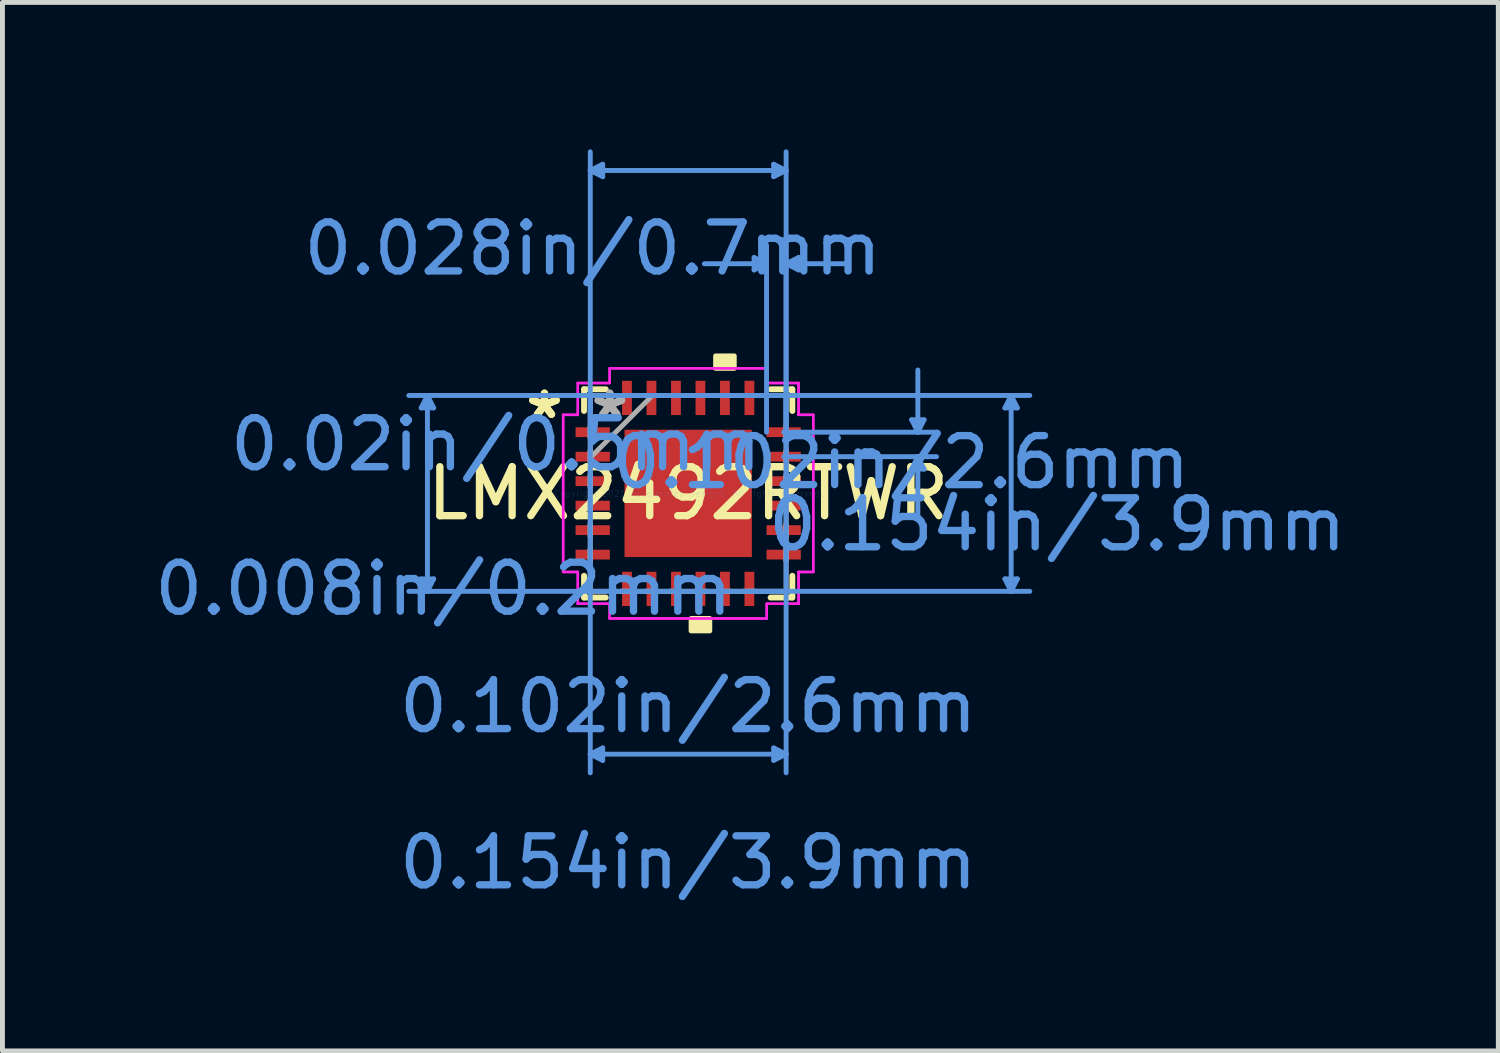
<source format=kicad_pcb>
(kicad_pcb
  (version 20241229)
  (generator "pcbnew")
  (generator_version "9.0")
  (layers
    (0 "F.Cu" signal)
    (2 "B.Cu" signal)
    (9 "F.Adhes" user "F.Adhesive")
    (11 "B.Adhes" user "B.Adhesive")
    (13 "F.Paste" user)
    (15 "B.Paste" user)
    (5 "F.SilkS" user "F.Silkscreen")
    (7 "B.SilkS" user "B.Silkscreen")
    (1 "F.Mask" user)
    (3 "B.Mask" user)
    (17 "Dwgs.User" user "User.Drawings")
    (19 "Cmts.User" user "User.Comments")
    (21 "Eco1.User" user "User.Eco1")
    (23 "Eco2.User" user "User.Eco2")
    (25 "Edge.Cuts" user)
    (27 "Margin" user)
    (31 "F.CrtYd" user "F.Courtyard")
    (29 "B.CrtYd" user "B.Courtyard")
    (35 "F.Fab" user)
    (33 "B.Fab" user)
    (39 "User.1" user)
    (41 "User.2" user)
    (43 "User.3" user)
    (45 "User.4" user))
  (footprint "LMX2492RTWR"
    (layer "F.Cu")
    (at 11.004 7.026)
    (property "Reference" "LMX2492RTWR" (at 0 0 0) (layer "F.SilkS") (effects (font (size 1 1) (thickness 0.15))))
    (attr through_hole)
    (fp_line (start -2.127 -2.127) (end -2.127 -1.683) (stroke (width 0.12) (type solid)) (layer "F.SilkS"))
    (fp_line (start -2.127 1.683) (end -2.127 2.127) (stroke (width 0.12) (type solid)) (layer "F.SilkS"))
    (fp_line (start -2.127 2.127) (end -1.683 2.127) (stroke (width 0.12) (type solid)) (layer "F.SilkS"))
    (fp_line (start -1.683 -2.127) (end -2.127 -2.127) (stroke (width 0.12) (type solid)) (layer "F.SilkS"))
    (fp_line (start 1.683 2.127) (end 2.127 2.127) (stroke (width 0.12) (type solid)) (layer "F.SilkS"))
    (fp_line (start 2.127 -2.127) (end 1.683 -2.127) (stroke (width 0.12) (type solid)) (layer "F.SilkS"))
    (fp_line (start 2.127 -1.683) (end 2.127 -2.127) (stroke (width 0.12) (type solid)) (layer "F.SilkS"))
    (fp_line (start 2.127 2.127) (end 2.127 1.683) (stroke (width 0.12) (type solid)) (layer "F.SilkS"))
    (fp_poly (pts (xy 0.059 2.554) (xy 0.059 2.808) (xy 0.441 2.808) (xy 0.441 2.554)) (stroke (width 0.1) (type solid)) (fill yes) (layer "F.SilkS"))
    (fp_poly (pts (xy 0.56 -2.554) (xy 0.56 -2.808) (xy 0.941 -2.808) (xy 0.941 -2.554)) (stroke (width 0.1) (type solid)) (fill yes) (layer "F.SilkS"))
    (fp_poly (pts (xy -1.2 -1.2) (xy -1.2 -0.1) (xy -0.1 -0.1) (xy -0.1 -1.2)) (stroke (width 0.1) (type solid)) (fill yes) (layer "F.Paste"))
    (fp_poly (pts (xy -1.2 0.1) (xy -1.2 1.2) (xy -0.1 1.2) (xy -0.1 0.1)) (stroke (width 0.1) (type solid)) (fill yes) (layer "F.Paste"))
    (fp_poly (pts (xy 0.1 -1.2) (xy 0.1 -0.1) (xy 1.2 -0.1) (xy 1.2 -1.2)) (stroke (width 0.1) (type solid)) (fill yes) (layer "F.Paste"))
    (fp_poly (pts (xy 0.1 0.1) (xy 0.1 1.2) (xy 1.2 1.2) (xy 1.2 0.1)) (stroke (width 0.1) (type solid)) (fill yes) (layer "F.Paste"))
    (fp_line (start -5.452 -1.746) (end -5.198 -1.746) (stroke (width 0.1) (type solid)) (layer "Cmts.User"))
    (fp_line (start -5.452 1.746) (end -5.198 1.746) (stroke (width 0.1) (type solid)) (layer "Cmts.User"))
    (fp_line (start -5.325 -2) (end -5.452 -1.746) (stroke (width 0.1) (type solid)) (layer "Cmts.User"))
    (fp_line (start -5.325 -2) (end -5.325 2) (stroke (width 0.1) (type solid)) (layer "Cmts.User"))
    (fp_line (start -5.325 -2) (end -5.198 -1.746) (stroke (width 0.1) (type solid)) (layer "Cmts.User"))
    (fp_line (start -5.325 2) (end -5.452 1.746) (stroke (width 0.1) (type solid)) (layer "Cmts.User"))
    (fp_line (start -5.325 2) (end -5.198 1.746) (stroke (width 0.1) (type solid)) (layer "Cmts.User"))
    (fp_line (start -2 -6.595) (end -1.746 -6.722) (stroke (width 0.1) (type solid)) (layer "Cmts.User"))
    (fp_line (start -2 -6.595) (end -1.746 -6.468) (stroke (width 0.1) (type solid)) (layer "Cmts.User"))
    (fp_line (start -2 -6.595) (end 2 -6.595) (stroke (width 0.1) (type solid)) (layer "Cmts.User"))
    (fp_line (start -2 -2) (end -2 5.706) (stroke (width 0.1) (type solid)) (layer "Cmts.User"))
    (fp_line (start -2 -1.25) (end -2 -6.976) (stroke (width 0.1) (type solid)) (layer "Cmts.User"))
    (fp_line (start -2 5.325) (end -1.746 5.198) (stroke (width 0.1) (type solid)) (layer "Cmts.User"))
    (fp_line (start -2 5.325) (end -1.746 5.452) (stroke (width 0.1) (type solid)) (layer "Cmts.User"))
    (fp_line (start -2 5.325) (end 2 5.325) (stroke (width 0.1) (type solid)) (layer "Cmts.User"))
    (fp_line (start -1.746 -6.722) (end -1.746 -6.468) (stroke (width 0.1) (type solid)) (layer "Cmts.User"))
    (fp_line (start -1.746 5.198) (end -1.746 5.452) (stroke (width 0.1) (type solid)) (layer "Cmts.User"))
    (fp_line (start 1.25 -2) (end 6.976 -2) (stroke (width 0.1) (type solid)) (layer "Cmts.User"))
    (fp_line (start 1.25 2) (end 6.976 2) (stroke (width 0.1) (type solid)) (layer "Cmts.User"))
    (fp_line (start 1.346 -4.817) (end 1.346 -4.563) (stroke (width 0.1) (type solid)) (layer "Cmts.User"))
    (fp_line (start 1.6 -4.69) (end 0.33 -4.69) (stroke (width 0.1) (type solid)) (layer "Cmts.User"))
    (fp_line (start 1.6 -4.69) (end 1.346 -4.817) (stroke (width 0.1) (type solid)) (layer "Cmts.User"))
    (fp_line (start 1.6 -4.69) (end 1.346 -4.563) (stroke (width 0.1) (type solid)) (layer "Cmts.User"))
    (fp_line (start 1.6 -1.25) (end 1.6 -5.071) (stroke (width 0.1) (type solid)) (layer "Cmts.User"))
    (fp_line (start 1.746 -6.722) (end 1.746 -6.468) (stroke (width 0.1) (type solid)) (layer "Cmts.User"))
    (fp_line (start 1.746 5.198) (end 1.746 5.452) (stroke (width 0.1) (type solid)) (layer "Cmts.User"))
    (fp_line (start 1.95 -1.25) (end 5.071 -1.25) (stroke (width 0.1) (type solid)) (layer "Cmts.User"))
    (fp_line (start 1.95 -0.75) (end 5.071 -0.75) (stroke (width 0.1) (type solid)) (layer "Cmts.User"))
    (fp_line (start 2 -6.595) (end 1.746 -6.722) (stroke (width 0.1) (type solid)) (layer "Cmts.User"))
    (fp_line (start 2 -6.595) (end 1.746 -6.468) (stroke (width 0.1) (type solid)) (layer "Cmts.User"))
    (fp_line (start 2 -4.69) (end 2.254 -4.817) (stroke (width 0.1) (type solid)) (layer "Cmts.User"))
    (fp_line (start 2 -4.69) (end 2.254 -4.563) (stroke (width 0.1) (type solid)) (layer "Cmts.User"))
    (fp_line (start 2 -4.69) (end 3.27 -4.69) (stroke (width 0.1) (type solid)) (layer "Cmts.User"))
    (fp_line (start 2 -2) (end -5.706 -2) (stroke (width 0.1) (type solid)) (layer "Cmts.User"))
    (fp_line (start 2 -2) (end 2 5.706) (stroke (width 0.1) (type solid)) (layer "Cmts.User"))
    (fp_line (start 2 -1.25) (end 2 -6.976) (stroke (width 0.1) (type solid)) (layer "Cmts.User"))
    (fp_line (start 2 -1.25) (end 2 -5.071) (stroke (width 0.1) (type solid)) (layer "Cmts.User"))
    (fp_line (start 2 2) (end -5.706 2) (stroke (width 0.1) (type solid)) (layer "Cmts.User"))
    (fp_line (start 2 5.325) (end 1.746 5.198) (stroke (width 0.1) (type solid)) (layer "Cmts.User"))
    (fp_line (start 2 5.325) (end 1.746 5.452) (stroke (width 0.1) (type solid)) (layer "Cmts.User"))
    (fp_line (start 2.254 -4.817) (end 2.254 -4.563) (stroke (width 0.1) (type solid)) (layer "Cmts.User"))
    (fp_line (start 4.563 -1.504) (end 4.817 -1.504) (stroke (width 0.1) (type solid)) (layer "Cmts.User"))
    (fp_line (start 4.563 -0.496) (end 4.817 -0.496) (stroke (width 0.1) (type solid)) (layer "Cmts.User"))
    (fp_line (start 4.69 -1.25) (end 4.563 -1.504) (stroke (width 0.1) (type solid)) (layer "Cmts.User"))
    (fp_line (start 4.69 -1.25) (end 4.69 -2.52) (stroke (width 0.1) (type solid)) (layer "Cmts.User"))
    (fp_line (start 4.69 -1.25) (end 4.817 -1.504) (stroke (width 0.1) (type solid)) (layer "Cmts.User"))
    (fp_line (start 4.69 -0.75) (end 4.563 -0.496) (stroke (width 0.1) (type solid)) (layer "Cmts.User"))
    (fp_line (start 4.69 -0.75) (end 4.69 0.52) (stroke (width 0.1) (type solid)) (layer "Cmts.User"))
    (fp_line (start 4.69 -0.75) (end 4.817 -0.496) (stroke (width 0.1) (type solid)) (layer "Cmts.User"))
    (fp_line (start 6.468 -1.746) (end 6.722 -1.746) (stroke (width 0.1) (type solid)) (layer "Cmts.User"))
    (fp_line (start 6.468 1.746) (end 6.722 1.746) (stroke (width 0.1) (type solid)) (layer "Cmts.User"))
    (fp_line (start 6.595 -2) (end 6.468 -1.746) (stroke (width 0.1) (type solid)) (layer "Cmts.User"))
    (fp_line (start 6.595 -2) (end 6.595 2) (stroke (width 0.1) (type solid)) (layer "Cmts.User"))
    (fp_line (start 6.595 -2) (end 6.722 -1.746) (stroke (width 0.1) (type solid)) (layer "Cmts.User"))
    (fp_line (start 6.595 2) (end 6.468 1.746) (stroke (width 0.1) (type solid)) (layer "Cmts.User"))
    (fp_line (start 6.595 2) (end 6.722 1.746) (stroke (width 0.1) (type solid)) (layer "Cmts.User"))
    (fp_line (start -2.554 -1.604) (end -2.254 -1.604) (stroke (width 0.05) (type solid)) (layer "F.CrtYd"))
    (fp_line (start -2.554 -1.604) (end -2.254 -1.604) (stroke (width 0.05) (type solid)) (layer "F.CrtYd"))
    (fp_line (start -2.554 1.604) (end -2.554 -1.604) (stroke (width 0.05) (type solid)) (layer "F.CrtYd"))
    (fp_line (start -2.554 1.604) (end -2.554 -1.604) (stroke (width 0.05) (type solid)) (layer "F.CrtYd"))
    (fp_line (start -2.254 -2.254) (end -1.604 -2.254) (stroke (width 0.05) (type solid)) (layer "F.CrtYd"))
    (fp_line (start -2.254 -2.254) (end -1.604 -2.254) (stroke (width 0.05) (type solid)) (layer "F.CrtYd"))
    (fp_line (start -2.254 -1.604) (end -2.254 -2.254) (stroke (width 0.05) (type solid)) (layer "F.CrtYd"))
    (fp_line (start -2.254 -1.604) (end -2.254 -2.254) (stroke (width 0.05) (type solid)) (layer "F.CrtYd"))
    (fp_line (start -2.254 1.604) (end -2.554 1.604) (stroke (width 0.05) (type solid)) (layer "F.CrtYd"))
    (fp_line (start -2.254 1.604) (end -2.554 1.604) (stroke (width 0.05) (type solid)) (layer "F.CrtYd"))
    (fp_line (start -2.254 2.254) (end -2.254 1.604) (stroke (width 0.05) (type solid)) (layer "F.CrtYd"))
    (fp_line (start -2.254 2.254) (end -2.254 1.604) (stroke (width 0.05) (type solid)) (layer "F.CrtYd"))
    (fp_line (start -1.604 -2.554) (end 1.604 -2.554) (stroke (width 0.05) (type solid)) (layer "F.CrtYd"))
    (fp_line (start -1.604 -2.554) (end 1.604 -2.554) (stroke (width 0.05) (type solid)) (layer "F.CrtYd"))
    (fp_line (start -1.604 -2.254) (end -1.604 -2.554) (stroke (width 0.05) (type solid)) (layer "F.CrtYd"))
    (fp_line (start -1.604 -2.254) (end -1.604 -2.554) (stroke (width 0.05) (type solid)) (layer "F.CrtYd"))
    (fp_line (start -1.604 2.254) (end -2.254 2.254) (stroke (width 0.05) (type solid)) (layer "F.CrtYd"))
    (fp_line (start -1.604 2.254) (end -2.254 2.254) (stroke (width 0.05) (type solid)) (layer "F.CrtYd"))
    (fp_line (start -1.604 2.554) (end -1.604 2.254) (stroke (width 0.05) (type solid)) (layer "F.CrtYd"))
    (fp_line (start -1.604 2.554) (end -1.604 2.254) (stroke (width 0.05) (type solid)) (layer "F.CrtYd"))
    (fp_line (start 1.604 -2.554) (end 1.604 -2.254) (stroke (width 0.05) (type solid)) (layer "F.CrtYd"))
    (fp_line (start 1.604 -2.554) (end 1.604 -2.254) (stroke (width 0.05) (type solid)) (layer "F.CrtYd"))
    (fp_line (start 1.604 -2.254) (end 2.254 -2.254) (stroke (width 0.05) (type solid)) (layer "F.CrtYd"))
    (fp_line (start 1.604 -2.254) (end 2.254 -2.254) (stroke (width 0.05) (type solid)) (layer "F.CrtYd"))
    (fp_line (start 1.604 2.254) (end 1.604 2.554) (stroke (width 0.05) (type solid)) (layer "F.CrtYd"))
    (fp_line (start 1.604 2.254) (end 1.604 2.554) (stroke (width 0.05) (type solid)) (layer "F.CrtYd"))
    (fp_line (start 1.604 2.554) (end -1.604 2.554) (stroke (width 0.05) (type solid)) (layer "F.CrtYd"))
    (fp_line (start 1.604 2.554) (end -1.604 2.554) (stroke (width 0.05) (type solid)) (layer "F.CrtYd"))
    (fp_line (start 2.254 -2.254) (end 2.254 -1.604) (stroke (width 0.05) (type solid)) (layer "F.CrtYd"))
    (fp_line (start 2.254 -2.254) (end 2.254 -1.604) (stroke (width 0.05) (type solid)) (layer "F.CrtYd"))
    (fp_line (start 2.254 -1.604) (end 2.554 -1.604) (stroke (width 0.05) (type solid)) (layer "F.CrtYd"))
    (fp_line (start 2.254 -1.604) (end 2.554 -1.604) (stroke (width 0.05) (type solid)) (layer "F.CrtYd"))
    (fp_line (start 2.254 1.604) (end 2.254 2.254) (stroke (width 0.05) (type solid)) (layer "F.CrtYd"))
    (fp_line (start 2.254 1.604) (end 2.254 2.254) (stroke (width 0.05) (type solid)) (layer "F.CrtYd"))
    (fp_line (start 2.254 2.254) (end 1.604 2.254) (stroke (width 0.05) (type solid)) (layer "F.CrtYd"))
    (fp_line (start 2.254 2.254) (end 1.604 2.254) (stroke (width 0.05) (type solid)) (layer "F.CrtYd"))
    (fp_line (start 2.554 -1.604) (end 2.554 1.604) (stroke (width 0.05) (type solid)) (layer "F.CrtYd"))
    (fp_line (start 2.554 -1.604) (end 2.554 1.604) (stroke (width 0.05) (type solid)) (layer "F.CrtYd"))
    (fp_line (start 2.554 1.604) (end 2.254 1.604) (stroke (width 0.05) (type solid)) (layer "F.CrtYd"))
    (fp_line (start 2.554 1.604) (end 2.254 1.604) (stroke (width 0.05) (type solid)) (layer "F.CrtYd"))
    (fp_line (start -2 -2) (end -2 -2) (stroke (width 0.1) (type solid)) (layer "F.Fab"))
    (fp_line (start -2 -2) (end -2 2) (stroke (width 0.1) (type solid)) (layer "F.Fab"))
    (fp_line (start -2 -1.375) (end -2 -1.375) (stroke (width 0.1) (type solid)) (layer "F.Fab"))
    (fp_line (start -2 -1.375) (end -2 -1.125) (stroke (width 0.1) (type solid)) (layer "F.Fab"))
    (fp_line (start -2 -1.125) (end -2 -1.375) (stroke (width 0.1) (type solid)) (layer "F.Fab"))
    (fp_line (start -2 -1.125) (end -2 -1.125) (stroke (width 0.1) (type solid)) (layer "F.Fab"))
    (fp_line (start -2 -0.875) (end -2 -0.875) (stroke (width 0.1) (type solid)) (layer "F.Fab"))
    (fp_line (start -2 -0.875) (end -2 -0.625) (stroke (width 0.1) (type solid)) (layer "F.Fab"))
    (fp_line (start -2 -0.73) (end -0.73 -2) (stroke (width 0.1) (type solid)) (layer "F.Fab"))
    (fp_line (start -2 -0.625) (end -2 -0.875) (stroke (width 0.1) (type solid)) (layer "F.Fab"))
    (fp_line (start -2 -0.625) (end -2 -0.625) (stroke (width 0.1) (type solid)) (layer "F.Fab"))
    (fp_line (start -2 -0.375) (end -2 -0.375) (stroke (width 0.1) (type solid)) (layer "F.Fab"))
    (fp_line (start -2 -0.375) (end -2 -0.125) (stroke (width 0.1) (type solid)) (layer "F.Fab"))
    (fp_line (start -2 -0.125) (end -2 -0.375) (stroke (width 0.1) (type solid)) (layer "F.Fab"))
    (fp_line (start -2 -0.125) (end -2 -0.125) (stroke (width 0.1) (type solid)) (layer "F.Fab"))
    (fp_line (start -2 0.125) (end -2 0.125) (stroke (width 0.1) (type solid)) (layer "F.Fab"))
    (fp_line (start -2 0.125) (end -2 0.375) (stroke (width 0.1) (type solid)) (layer "F.Fab"))
    (fp_line (start -2 0.375) (end -2 0.125) (stroke (width 0.1) (type solid)) (layer "F.Fab"))
    (fp_line (start -2 0.375) (end -2 0.375) (stroke (width 0.1) (type solid)) (layer "F.Fab"))
    (fp_line (start -2 0.625) (end -2 0.625) (stroke (width 0.1) (type solid)) (layer "F.Fab"))
    (fp_line (start -2 0.625) (end -2 0.875) (stroke (width 0.1) (type solid)) (layer "F.Fab"))
    (fp_line (start -2 0.875) (end -2 0.625) (stroke (width 0.1) (type solid)) (layer "F.Fab"))
    (fp_line (start -2 0.875) (end -2 0.875) (stroke (width 0.1) (type solid)) (layer "F.Fab"))
    (fp_line (start -2 1.125) (end -2 1.125) (stroke (width 0.1) (type solid)) (layer "F.Fab"))
    (fp_line (start -2 1.125) (end -2 1.375) (stroke (width 0.1) (type solid)) (layer "F.Fab"))
    (fp_line (start -2 1.375) (end -2 1.125) (stroke (width 0.1) (type solid)) (layer "F.Fab"))
    (fp_line (start -2 1.375) (end -2 1.375) (stroke (width 0.1) (type solid)) (layer "F.Fab"))
    (fp_line (start -2 2) (end -2 2) (stroke (width 0.1) (type solid)) (layer "F.Fab"))
    (fp_line (start -2 2) (end 2 2) (stroke (width 0.1) (type solid)) (layer "F.Fab"))
    (fp_line (start -1.375 -2) (end -1.375 -2) (stroke (width 0.1) (type solid)) (layer "F.Fab"))
    (fp_line (start -1.375 -2) (end -1.125 -2) (stroke (width 0.1) (type solid)) (layer "F.Fab"))
    (fp_line (start -1.375 2) (end -1.375 2) (stroke (width 0.1) (type solid)) (layer "F.Fab"))
    (fp_line (start -1.375 2) (end -1.125 2) (stroke (width 0.1) (type solid)) (layer "F.Fab"))
    (fp_line (start -1.125 -2) (end -1.375 -2) (stroke (width 0.1) (type solid)) (layer "F.Fab"))
    (fp_line (start -1.125 -2) (end -1.125 -2) (stroke (width 0.1) (type solid)) (layer "F.Fab"))
    (fp_line (start -1.125 2) (end -1.375 2) (stroke (width 0.1) (type solid)) (layer "F.Fab"))
    (fp_line (start -1.125 2) (end -1.125 2) (stroke (width 0.1) (type solid)) (layer "F.Fab"))
    (fp_line (start -0.875 -2) (end -0.875 -2) (stroke (width 0.1) (type solid)) (layer "F.Fab"))
    (fp_line (start -0.875 -2) (end -0.625 -2) (stroke (width 0.1) (type solid)) (layer "F.Fab"))
    (fp_line (start -0.875 2) (end -0.875 2) (stroke (width 0.1) (type solid)) (layer "F.Fab"))
    (fp_line (start -0.875 2) (end -0.625 2) (stroke (width 0.1) (type solid)) (layer "F.Fab"))
    (fp_line (start -0.625 -2) (end -0.875 -2) (stroke (width 0.1) (type solid)) (layer "F.Fab"))
    (fp_line (start -0.625 -2) (end -0.625 -2) (stroke (width 0.1) (type solid)) (layer "F.Fab"))
    (fp_line (start -0.625 2) (end -0.875 2) (stroke (width 0.1) (type solid)) (layer "F.Fab"))
    (fp_line (start -0.625 2) (end -0.625 2) (stroke (width 0.1) (type solid)) (layer "F.Fab"))
    (fp_line (start -0.375 -2) (end -0.375 -2) (stroke (width 0.1) (type solid)) (layer "F.Fab"))
    (fp_line (start -0.375 -2) (end -0.125 -2) (stroke (width 0.1) (type solid)) (layer "F.Fab"))
    (fp_line (start -0.375 2) (end -0.375 2) (stroke (width 0.1) (type solid)) (layer "F.Fab"))
    (fp_line (start -0.375 2) (end -0.125 2) (stroke (width 0.1) (type solid)) (layer "F.Fab"))
    (fp_line (start -0.125 -2) (end -0.375 -2) (stroke (width 0.1) (type solid)) (layer "F.Fab"))
    (fp_line (start -0.125 -2) (end -0.125 -2) (stroke (width 0.1) (type solid)) (layer "F.Fab"))
    (fp_line (start -0.125 2) (end -0.375 2) (stroke (width 0.1) (type solid)) (layer "F.Fab"))
    (fp_line (start -0.125 2) (end -0.125 2) (stroke (width 0.1) (type solid)) (layer "F.Fab"))
    (fp_line (start 0.125 -2) (end 0.125 -2) (stroke (width 0.1) (type solid)) (layer "F.Fab"))
    (fp_line (start 0.125 -2) (end 0.375 -2) (stroke (width 0.1) (type solid)) (layer "F.Fab"))
    (fp_line (start 0.125 2) (end 0.125 2) (stroke (width 0.1) (type solid)) (layer "F.Fab"))
    (fp_line (start 0.125 2) (end 0.375 2) (stroke (width 0.1) (type solid)) (layer "F.Fab"))
    (fp_line (start 0.375 -2) (end 0.125 -2) (stroke (width 0.1) (type solid)) (layer "F.Fab"))
    (fp_line (start 0.375 -2) (end 0.375 -2) (stroke (width 0.1) (type solid)) (layer "F.Fab"))
    (fp_line (start 0.375 2) (end 0.125 2) (stroke (width 0.1) (type solid)) (layer "F.Fab"))
    (fp_line (start 0.375 2) (end 0.375 2) (stroke (width 0.1) (type solid)) (layer "F.Fab"))
    (fp_line (start 0.625 -2) (end 0.625 -2) (stroke (width 0.1) (type solid)) (layer "F.Fab"))
    (fp_line (start 0.625 -2) (end 0.875 -2) (stroke (width 0.1) (type solid)) (layer "F.Fab"))
    (fp_line (start 0.625 2) (end 0.625 2) (stroke (width 0.1) (type solid)) (layer "F.Fab"))
    (fp_line (start 0.625 2) (end 0.875 2) (stroke (width 0.1) (type solid)) (layer "F.Fab"))
    (fp_line (start 0.875 -2) (end 0.625 -2) (stroke (width 0.1) (type solid)) (layer "F.Fab"))
    (fp_line (start 0.875 -2) (end 0.875 -2) (stroke (width 0.1) (type solid)) (layer "F.Fab"))
    (fp_line (start 0.875 2) (end 0.625 2) (stroke (width 0.1) (type solid)) (layer "F.Fab"))
    (fp_line (start 0.875 2) (end 0.875 2) (stroke (width 0.1) (type solid)) (layer "F.Fab"))
    (fp_line (start 1.125 -2) (end 1.125 -2) (stroke (width 0.1) (type solid)) (layer "F.Fab"))
    (fp_line (start 1.125 -2) (end 1.375 -2) (stroke (width 0.1) (type solid)) (layer "F.Fab"))
    (fp_line (start 1.125 2) (end 1.125 2) (stroke (width 0.1) (type solid)) (layer "F.Fab"))
    (fp_line (start 1.125 2) (end 1.375 2) (stroke (width 0.1) (type solid)) (layer "F.Fab"))
    (fp_line (start 1.375 -2) (end 1.125 -2) (stroke (width 0.1) (type solid)) (layer "F.Fab"))
    (fp_line (start 1.375 -2) (end 1.375 -2) (stroke (width 0.1) (type solid)) (layer "F.Fab"))
    (fp_line (start 1.375 2) (end 1.125 2) (stroke (width 0.1) (type solid)) (layer "F.Fab"))
    (fp_line (start 1.375 2) (end 1.375 2) (stroke (width 0.1) (type solid)) (layer "F.Fab"))
    (fp_line (start 2 -2) (end -2 -2) (stroke (width 0.1) (type solid)) (layer "F.Fab"))
    (fp_line (start 2 -2) (end 2 -2) (stroke (width 0.1) (type solid)) (layer "F.Fab"))
    (fp_line (start 2 -1.375) (end 2 -1.375) (stroke (width 0.1) (type solid)) (layer "F.Fab"))
    (fp_line (start 2 -1.375) (end 2 -1.125) (stroke (width 0.1) (type solid)) (layer "F.Fab"))
    (fp_line (start 2 -1.125) (end 2 -1.375) (stroke (width 0.1) (type solid)) (layer "F.Fab"))
    (fp_line (start 2 -1.125) (end 2 -1.125) (stroke (width 0.1) (type solid)) (layer "F.Fab"))
    (fp_line (start 2 -0.875) (end 2 -0.875) (stroke (width 0.1) (type solid)) (layer "F.Fab"))
    (fp_line (start 2 -0.875) (end 2 -0.625) (stroke (width 0.1) (type solid)) (layer "F.Fab"))
    (fp_line (start 2 -0.625) (end 2 -0.875) (stroke (width 0.1) (type solid)) (layer "F.Fab"))
    (fp_line (start 2 -0.625) (end 2 -0.625) (stroke (width 0.1) (type solid)) (layer "F.Fab"))
    (fp_line (start 2 -0.375) (end 2 -0.375) (stroke (width 0.1) (type solid)) (layer "F.Fab"))
    (fp_line (start 2 -0.375) (end 2 -0.125) (stroke (width 0.1) (type solid)) (layer "F.Fab"))
    (fp_line (start 2 -0.125) (end 2 -0.375) (stroke (width 0.1) (type solid)) (layer "F.Fab"))
    (fp_line (start 2 -0.125) (end 2 -0.125) (stroke (width 0.1) (type solid)) (layer "F.Fab"))
    (fp_line (start 2 0.125) (end 2 0.125) (stroke (width 0.1) (type solid)) (layer "F.Fab"))
    (fp_line (start 2 0.125) (end 2 0.375) (stroke (width 0.1) (type solid)) (layer "F.Fab"))
    (fp_line (start 2 0.375) (end 2 0.125) (stroke (width 0.1) (type solid)) (layer "F.Fab"))
    (fp_line (start 2 0.375) (end 2 0.375) (stroke (width 0.1) (type solid)) (layer "F.Fab"))
    (fp_line (start 2 0.625) (end 2 0.625) (stroke (width 0.1) (type solid)) (layer "F.Fab"))
    (fp_line (start 2 0.625) (end 2 0.875) (stroke (width 0.1) (type solid)) (layer "F.Fab"))
    (fp_line (start 2 0.875) (end 2 0.625) (stroke (width 0.1) (type solid)) (layer "F.Fab"))
    (fp_line (start 2 0.875) (end 2 0.875) (stroke (width 0.1) (type solid)) (layer "F.Fab"))
    (fp_line (start 2 1.125) (end 2 1.125) (stroke (width 0.1) (type solid)) (layer "F.Fab"))
    (fp_line (start 2 1.125) (end 2 1.375) (stroke (width 0.1) (type solid)) (layer "F.Fab"))
    (fp_line (start 2 1.375) (end 2 1.125) (stroke (width 0.1) (type solid)) (layer "F.Fab"))
    (fp_line (start 2 1.375) (end 2 1.375) (stroke (width 0.1) (type solid)) (layer "F.Fab"))
    (fp_line (start 2 2) (end 2 -2) (stroke (width 0.1) (type solid)) (layer "F.Fab"))
    (fp_line (start 2 2) (end 2 2) (stroke (width 0.1) (type solid)) (layer "F.Fab"))
    (fp_text user "*" (at -2.935 -1.5 0) (layer "F.SilkS") (effects (font (size 1 1) (thickness 0.15))))
    (fp_text user "*" (at -2.935 -1.5 0) (layer "F.SilkS") (effects (font (size 1 1) (thickness 0.15))))
    (fp_text user "Copyright 2021 Accelerated Designs. All rights reserved." (at 0 0 0) (layer "Cmts.User") (effects (font (size 0.127 0.127) (thickness 0.002))))
    (fp_text user "0.028in/0.7mm" (at -1.95 -4.998 0) (layer "Cmts.User") (effects (font (size 1 1) (thickness 0.15))))
    (fp_text user "0.154in/3.9mm" (at 7.538 0.635 0) (layer "Cmts.User") (effects (font (size 1 1) (thickness 0.15))))
    (fp_text user "0.008in/0.2mm" (at -4.998 1.95 0) (layer "Cmts.User") (effects (font (size 1 1) (thickness 0.15))))
    (fp_text user "0.102in/2.6mm" (at 4.348 -0.635 0) (layer "Cmts.User") (effects (font (size 1 1) (thickness 0.15))))
    (fp_text user "0.154in/3.9mm" (at 0 7.538 0) (layer "Cmts.User") (effects (font (size 1 1) (thickness 0.15))))
    (fp_text user "0.102in/2.6mm" (at 0 4.348 0) (layer "Cmts.User") (effects (font (size 1 1) (thickness 0.15))))
    (fp_text user "0.02in/0.5mm" (at -3.928 -1 0) (layer "Cmts.User") (effects (font (size 1 1) (thickness 0.15))))
    (fp_text user "*" (at -1.6 -1.5 0) (layer "F.Fab") (effects (font (size 1 1) (thickness 0.15))))
    (fp_text user "*" (at -1.6 -1.5 0) (layer "F.Fab") (effects (font (size 1 1) (thickness 0.15))))
    (pad "1" smd rect (at -1.95 -1.25 90) (size 0.2 0.7) (layers "F.Cu" "F.Mask" "F.Paste"))
    (pad "2" smd rect (at -1.95 -0.75 90) (size 0.2 0.7) (layers "F.Cu" "F.Mask" "F.Paste"))
    (pad "3" smd rect (at -1.95 -0.25 90) (size 0.2 0.7) (layers "F.Cu" "F.Mask" "F.Paste"))
    (pad "4" smd rect (at -1.95 0.25 90) (size 0.2 0.7) (layers "F.Cu" "F.Mask" "F.Paste"))
    (pad "5" smd rect (at -1.95 0.75 90) (size 0.2 0.7) (layers "F.Cu" "F.Mask" "F.Paste"))
    (pad "6" smd rect (at -1.95 1.25 90) (size 0.2 0.7) (layers "F.Cu" "F.Mask" "F.Paste"))
    (pad "7" smd rect (at -1.25 1.95) (size 0.2 0.7) (layers "F.Cu" "F.Mask" "F.Paste"))
    (pad "8" smd rect (at -0.75 1.95) (size 0.2 0.7) (layers "F.Cu" "F.Mask" "F.Paste"))
    (pad "9" smd rect (at -0.25 1.95) (size 0.2 0.7) (layers "F.Cu" "F.Mask" "F.Paste"))
    (pad "10" smd rect (at 0.25 1.95) (size 0.2 0.7) (layers "F.Cu" "F.Mask" "F.Paste"))
    (pad "11" smd rect (at 0.75 1.95) (size 0.2 0.7) (layers "F.Cu" "F.Mask" "F.Paste"))
    (pad "12" smd rect (at 1.25 1.95) (size 0.2 0.7) (layers "F.Cu" "F.Mask" "F.Paste"))
    (pad "13" smd rect (at 1.95 1.25 90) (size 0.2 0.7) (layers "F.Cu" "F.Mask" "F.Paste"))
    (pad "14" smd rect (at 1.95 0.75 90) (size 0.2 0.7) (layers "F.Cu" "F.Mask" "F.Paste"))
    (pad "15" smd rect (at 1.95 0.25 90) (size 0.2 0.7) (layers "F.Cu" "F.Mask" "F.Paste"))
    (pad "16" smd rect (at 1.95 -0.25 90) (size 0.2 0.7) (layers "F.Cu" "F.Mask" "F.Paste"))
    (pad "17" smd rect (at 1.95 -0.75 90) (size 0.2 0.7) (layers "F.Cu" "F.Mask" "F.Paste"))
    (pad "18" smd rect (at 1.95 -1.25 90) (size 0.2 0.7) (layers "F.Cu" "F.Mask" "F.Paste"))
    (pad "19" smd rect (at 1.25 -1.95) (size 0.2 0.7) (layers "F.Cu" "F.Mask" "F.Paste"))
    (pad "20" smd rect (at 0.75 -1.95) (size 0.2 0.7) (layers "F.Cu" "F.Mask" "F.Paste"))
    (pad "21" smd rect (at 0.25 -1.95) (size 0.2 0.7) (layers "F.Cu" "F.Mask" "F.Paste"))
    (pad "22" smd rect (at -0.25 -1.95) (size 0.2 0.7) (layers "F.Cu" "F.Mask" "F.Paste"))
    (pad "23" smd rect (at -0.75 -1.95) (size 0.2 0.7) (layers "F.Cu" "F.Mask" "F.Paste"))
    (pad "24" smd rect (at -1.25 -1.95) (size 0.2 0.7) (layers "F.Cu" "F.Mask" "F.Paste"))
    (pad "25" smd rect (at 0 0) (size 2.6 2.6) (layers "F.Cu" "F.Mask")))
  (gr_rect
    (start -3 -3)
    (end 27.548 18.412)
    (stroke (width 0.1) (type default))
    (fill no)
    (layer "Edge.Cuts")))
</source>
